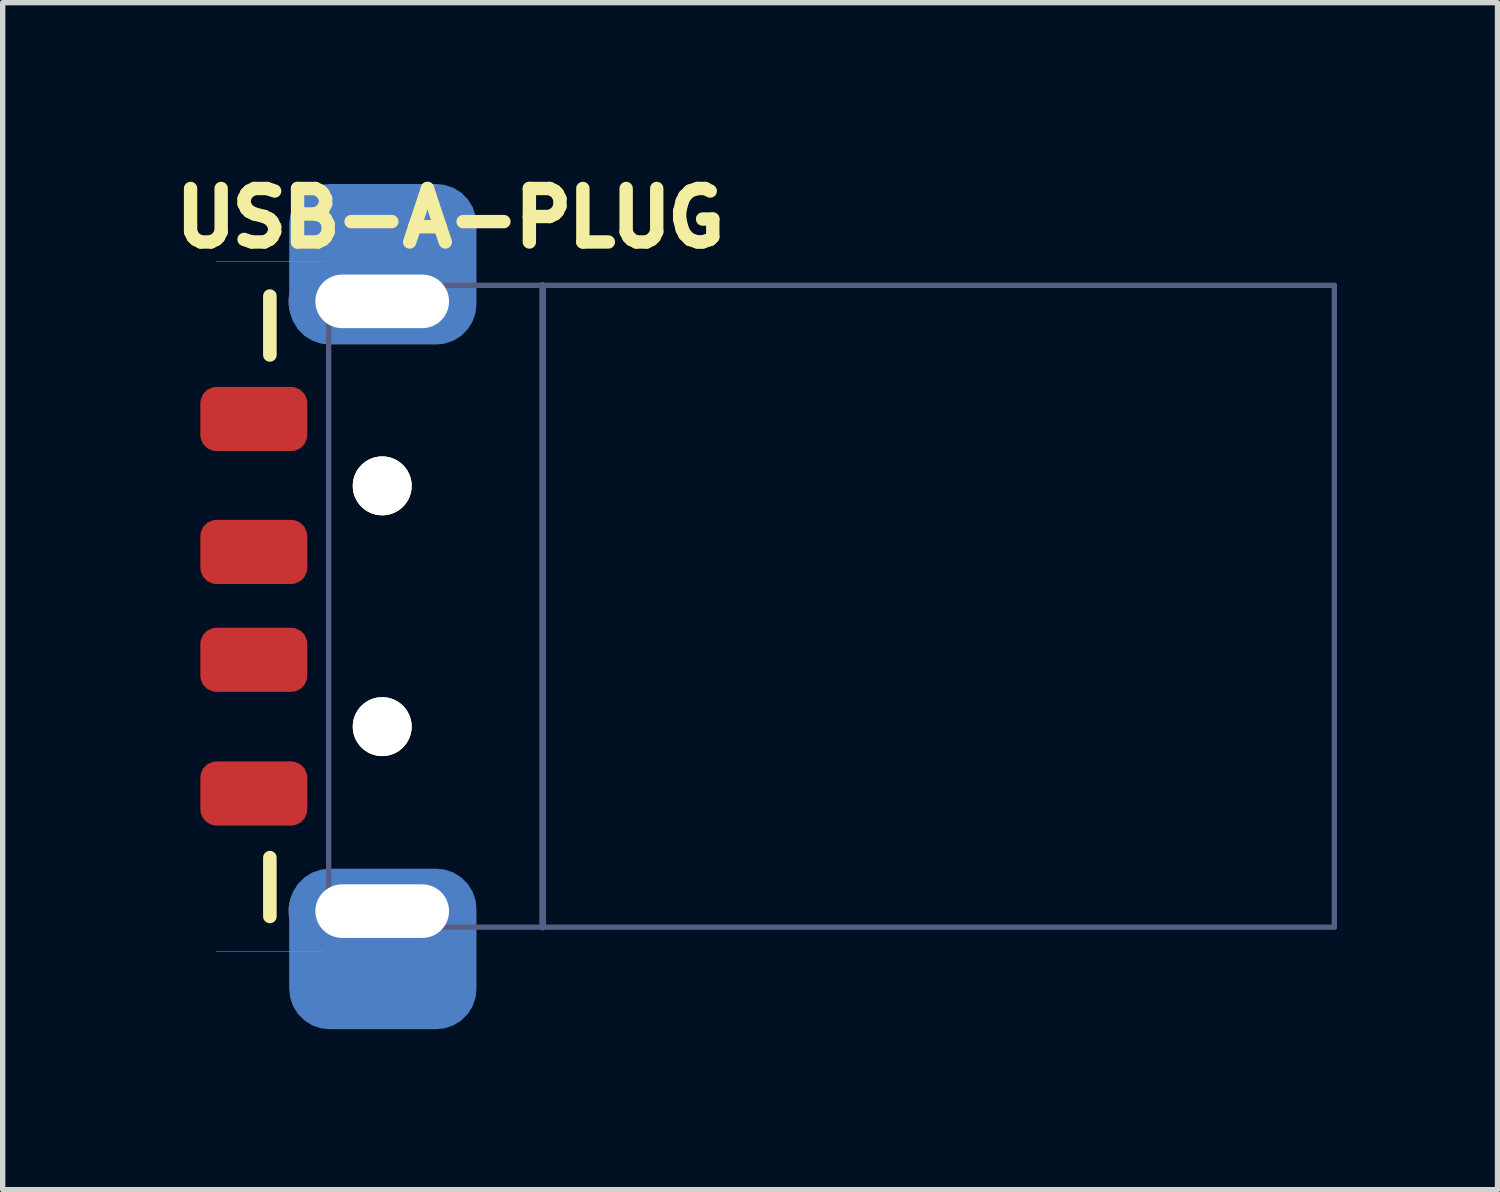
<source format=kicad_pcb>
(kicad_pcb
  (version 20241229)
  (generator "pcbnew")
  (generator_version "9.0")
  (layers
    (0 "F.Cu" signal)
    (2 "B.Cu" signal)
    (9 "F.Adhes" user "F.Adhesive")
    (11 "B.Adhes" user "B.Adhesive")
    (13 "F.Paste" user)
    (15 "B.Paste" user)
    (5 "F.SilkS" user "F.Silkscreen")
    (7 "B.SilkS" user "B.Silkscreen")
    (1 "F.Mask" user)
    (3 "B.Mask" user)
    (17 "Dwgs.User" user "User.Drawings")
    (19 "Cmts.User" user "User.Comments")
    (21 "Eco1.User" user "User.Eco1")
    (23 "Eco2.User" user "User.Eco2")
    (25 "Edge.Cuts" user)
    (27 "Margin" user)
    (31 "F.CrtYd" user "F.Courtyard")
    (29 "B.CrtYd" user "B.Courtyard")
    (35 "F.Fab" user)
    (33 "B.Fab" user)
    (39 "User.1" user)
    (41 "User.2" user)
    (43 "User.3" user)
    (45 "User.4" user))
  (footprint "USB-A-PLUG"
    (layer "F.Cu")
    (at 12.307 8.69)
    (property "Reference" "USB-A-PLUG" (at -6.937 -7.666 0) (layer "F.SilkS") (effects (font (size 1 1) (thickness 0.25))))
    (attr through_hole)
    (fp_line (start -10.312 -5.105) (end -10.312 -6.205) (stroke (width 0.254) (type solid)) (layer "F.SilkS"))
    (fp_line (start -10.312 4.293) (end -10.312 5.392) (stroke (width 0.254) (type solid)) (layer "F.SilkS"))
    (fp_poly (pts (xy -6.5 -6.4) (xy -6.5 -5.7) (xy -7 -5.3) (xy -9.5 -5.3) (xy -9.9 -5.7) (xy -9.9 -6.4) (xy -9.5 -6.8) (xy -7 -6.8)) (stroke (width 0.1) (type solid)) (fill yes) (layer "F.Paste"))
    (fp_poly (pts (xy -6.5 4.9) (xy -6.5 5.6) (xy -7 6) (xy -9.5 6) (xy -9.9 5.6) (xy -9.9 4.9) (xy -9.5 4.5) (xy -7 4.5)) (stroke (width 0.1) (type solid)) (fill yes) (layer "F.Paste"))
    (fp_line (start -11.313 -6.855) (end -9.312 -6.855) (stroke (width 0.01) (type solid)) (layer "Cmts.User"))
    (fp_line (start -11.313 6.043) (end -9.312 6.043) (stroke (width 0.01) (type solid)) (layer "Cmts.User"))
    (fp_line (start -9.213 -6.406) (end -9.213 5.593) (stroke (width 0.099) (type solid)) (layer "B.Fab"))
    (fp_line (start -9.213 5.593) (end 9.588 5.593) (stroke (width 0.099) (type solid)) (layer "B.Fab"))
    (fp_line (start -5.212 5.593) (end -5.212 -6.406) (stroke (width 0.127) (type solid)) (layer "B.Fab"))
    (fp_line (start 9.588 -6.406) (end -9.213 -6.406) (stroke (width 0.099) (type solid)) (layer "B.Fab"))
    (fp_line (start 9.588 5.593) (end 9.588 -6.406) (stroke (width 0.099) (type solid)) (layer "B.Fab"))
    (fp_line (start -5.464 5.342) (end -5.464 -6.058) (stroke (width 0.01) (type solid)) (layer "User.1"))
    (pad "1" smd roundrect (at -10.612 -3.907 180) (size 1.999 1.199) (layers "F.Cu" "F.Mask" "F.Paste") (roundrect_rratio 0.25))
    (pad "2" smd roundrect (at -10.612 -1.422 180) (size 1.999 1.199) (layers "F.Cu" "F.Mask" "F.Paste") (roundrect_rratio 0.25))
    (pad "3" smd roundrect (at -10.612 0.594 180) (size 1.999 1.199) (layers "F.Cu" "F.Mask" "F.Paste") (roundrect_rratio 0.25))
    (pad "4" smd roundrect (at -10.612 3.094 180) (size 1.999 1.199) (layers "F.Cu" "F.Mask" "F.Paste") (roundrect_rratio 0.25))
    (pad "4" thru_hole oval (at -8.212 -6.106 180) (size 3.5 1.501) (drill oval 2.499 1.001) (layers "*.Cu" "*.Mask"))
    (pad "4" thru_hole oval (at -8.212 5.293 180) (size 3.5 1.501) (drill oval 2.499 1.001) (layers "*.Cu" "*.Mask"))
    (pad "4" smd roundrect (at -8.2 -6.8 180) (size 3.5 3) (layers "B.Cu" "B.Mask") (roundrect_rratio 0.25))
    (pad "4" smd roundrect (at -8.2 6 180) (size 3.5 3) (layers "B.Cu" "B.Mask") (roundrect_rratio 0.25))
    (pad "7" thru_hole circle (at -8.212 1.844 180) (size 1.1 1.1) (drill 1.1) (layers "*.Cu" "*.Mask" "F.SilkS"))
    (pad "8" thru_hole circle (at -8.212 -2.657 180) (size 1.1 1.1) (drill 1.1) (layers "*.Cu" "*.Mask" "F.SilkS")))
  (gr_rect
    (start -3 -3)
    (end 24.945 19.19)
    (stroke (width 0.1) (type default))
    (fill no)
    (layer "Edge.Cuts")))
</source>
